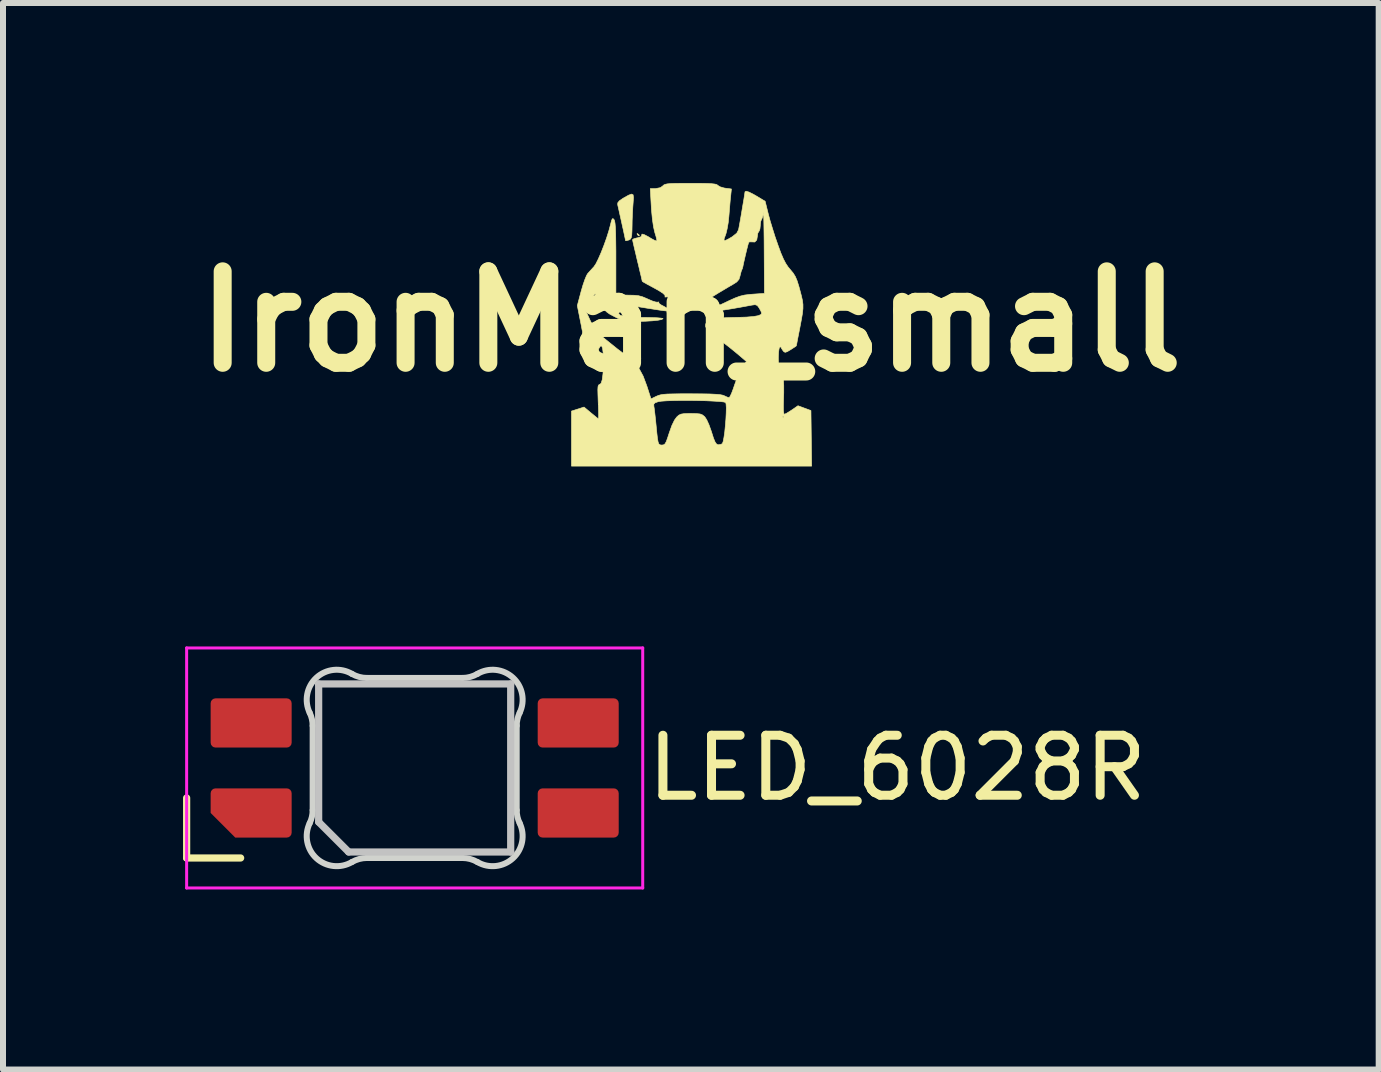
<source format=kicad_pcb>
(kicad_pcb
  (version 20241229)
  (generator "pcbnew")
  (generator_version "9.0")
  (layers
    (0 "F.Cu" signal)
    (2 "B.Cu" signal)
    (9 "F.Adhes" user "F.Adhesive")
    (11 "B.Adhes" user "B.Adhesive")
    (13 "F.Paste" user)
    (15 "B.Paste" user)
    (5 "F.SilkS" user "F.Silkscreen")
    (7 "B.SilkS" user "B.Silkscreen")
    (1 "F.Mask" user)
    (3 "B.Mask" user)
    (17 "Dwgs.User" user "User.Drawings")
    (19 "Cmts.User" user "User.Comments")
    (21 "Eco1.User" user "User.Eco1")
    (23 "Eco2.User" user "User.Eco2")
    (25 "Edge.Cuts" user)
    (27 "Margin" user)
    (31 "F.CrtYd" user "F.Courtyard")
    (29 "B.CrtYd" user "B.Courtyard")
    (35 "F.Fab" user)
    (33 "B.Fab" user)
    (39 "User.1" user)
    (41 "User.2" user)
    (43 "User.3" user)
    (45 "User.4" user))
  (footprint "LED_6028R"
    (layer "F.Cu")
    (at 3.86 9.747)
    (property "Reference" "LED_6028R" (at 3.8 0 0) (layer "F.SilkS") (effects (font (size 1 1) (thickness 0.15)) (justify left)))
    (attr smd)
    (fp_line (start -3.8 0.5) (end -3.8 1.5) (stroke (width 0.12) (type solid)) (layer "F.SilkS"))
    (fp_line (start -3.8 1.5) (end -2.9 1.5) (stroke (width 0.12) (type solid)) (layer "F.SilkS"))
    (fp_line (start -1.6 -1.4) (end 1.6 -1.4) (stroke (width 0.12) (type solid)) (layer "Dwgs.User"))
    (fp_line (start -1.6 0.9) (end -1.6 -1.4) (stroke (width 0.12) (type solid)) (layer "Dwgs.User"))
    (fp_line (start -1.6 0.9) (end -1.1 1.4) (stroke (width 0.12) (type solid)) (layer "Dwgs.User"))
    (fp_line (start 1.6 -1.4) (end 1.6 1.4) (stroke (width 0.12) (type solid)) (layer "Dwgs.User"))
    (fp_line (start 1.6 1.4) (end -1.1 1.4) (stroke (width 0.12) (type solid)) (layer "Dwgs.User"))
    (fp_line (start -1.7 -0.703) (end -1.7 0.703) (stroke (width 0.1) (type solid)) (layer "Edge.Cuts"))
    (fp_line (start -0.794 1.5) (end 0.794 1.5) (stroke (width 0.1) (type solid)) (layer "Edge.Cuts"))
    (fp_line (start 0.794 -1.5) (end -0.794 -1.5) (stroke (width 0.1) (type solid)) (layer "Edge.Cuts"))
    (fp_line (start 1.7 0.703) (end 1.7 -0.703) (stroke (width 0.1) (type solid)) (layer "Edge.Cuts"))
    (fp_arc (start -1.749484 -0.919721) (mid -1.712527 -0.814069) (end -1.699999 -0.702844) (stroke (width 0.1) (type solid)) (layer "Edge.Cuts"))
    (fp_arc (start -1.749484 -0.919721) (mid -1.638071 -1.504035) (end -1.046711 -1.568299) (stroke (width 0.1) (type solid)) (layer "Edge.Cuts"))
    (fp_arc (start -1.699999 0.702841) (mid -1.712527 0.814067) (end -1.749484 0.919719) (stroke (width 0.1) (type solid)) (layer "Edge.Cuts"))
    (fp_arc (start -1.046711 1.568298) (mid -1.638072 1.504034) (end -1.749484 0.919718) (stroke (width 0.1) (type solid)) (layer "Edge.Cuts"))
    (fp_arc (start -1.046711 1.568298) (mid -0.925123 1.517376) (end -0.794452 1.499999) (stroke (width 0.1) (type solid)) (layer "Edge.Cuts"))
    (fp_arc (start -0.794453 -1.5) (mid -0.925123 -1.517377) (end -1.046711 -1.568299) (stroke (width 0.1) (type solid)) (layer "Edge.Cuts"))
    (fp_arc (start 0.794452 1.499999) (mid 0.925122 1.517376) (end 1.04671 1.568298) (stroke (width 0.1) (type solid)) (layer "Edge.Cuts"))
    (fp_arc (start 1.046711 -1.5683) (mid 0.925123 -1.517378) (end 0.794453 -1.500001) (stroke (width 0.1) (type solid)) (layer "Edge.Cuts"))
    (fp_arc (start 1.046711 -1.5683) (mid 1.638071 -1.504036) (end 1.749484 -0.919721) (stroke (width 0.1) (type solid)) (layer "Edge.Cuts"))
    (fp_arc (start 1.699999 -0.702843) (mid 1.712527 -0.814069) (end 1.749484 -0.919721) (stroke (width 0.1) (type solid)) (layer "Edge.Cuts"))
    (fp_arc (start 1.749484 0.919719) (mid 1.63807 1.504033) (end 1.046711 1.568296) (stroke (width 0.1) (type solid)) (layer "Edge.Cuts"))
    (fp_arc (start 1.749484 0.919719) (mid 1.712527 0.814067) (end 1.699999 0.702842) (stroke (width 0.1) (type solid)) (layer "Edge.Cuts"))
    (fp_line (start -3.8 -2) (end 3.8 -2) (stroke (width 0.05) (type solid)) (layer "F.CrtYd"))
    (fp_line (start -3.8 2) (end -3.8 -2) (stroke (width 0.05) (type solid)) (layer "F.CrtYd"))
    (fp_line (start 3.8 -2) (end 3.8 2) (stroke (width 0.05) (type solid)) (layer "F.CrtYd"))
    (fp_line (start 3.8 2) (end -3.8 2) (stroke (width 0.05) (type solid)) (layer "F.CrtYd"))
    (pad "1" smd roundrect (at 2.725 -0.75 90) (size 0.82 1.35) (layers "F.Cu" "F.Mask" "F.Paste") (roundrect_rratio 0.1))
    (pad "2" smd roundrect (at 2.725 0.75 90) (size 0.82 1.35) (layers "F.Cu" "F.Mask" "F.Paste") (roundrect_rratio 0.1))
    (pad "3" smd roundrect (at -2.725 -0.75 90) (size 0.82 1.35) (layers "F.Cu" "F.Mask" "F.Paste") (roundrect_rratio 0.1))
    (pad "4" smd roundrect (at -2.725 0.75 90) (size 0.82 1.35) (layers "F.Cu" "F.Mask" "F.Paste") (roundrect_rratio 0.1) (chamfer_ratio 0.5) (chamfer top_left)))
  (footprint "IronMan_small"
    (layer "F.Cu")
    (at 8.462 2.306)
    (property "Reference" "IronMan_small" (at 0 0 0) (layer "F.SilkS") (effects (font (size 1.524 1.524) (thickness 0.3))))
    (attr through_hole)
    (fp_poly (pts (xy -0.883 -1.459) (xy -0.858 -1.437) (xy -0.863 -1.425) (xy -0.866 -1.425) (xy -0.886 -1.44) (xy -0.893 -1.45) (xy -0.896 -1.465) (xy -0.883 -1.459)) (stroke (width 0.01) (type solid)) (fill yes) (layer "F.SilkS"))
    (fp_poly (pts (xy -0.962 -2.11) (xy -0.956 -2.063) (xy -0.961 -1.989) (xy -0.967 -1.907) (xy -0.973 -1.798) (xy -0.978 -1.68) (xy -0.979 -1.613) (xy -0.981 -1.508) (xy -0.985 -1.438) (xy -0.993 -1.396) (xy -1.006 -1.373) (xy -1.025 -1.36) (xy -1.035 -1.356) (xy -1.075 -1.345) (xy -1.087 -1.345) (xy -1.092 -1.368) (xy -1.104 -1.424) (xy -1.121 -1.504) (xy -1.142 -1.598) (xy -1.164 -1.698) (xy -1.185 -1.792) (xy -1.203 -1.873) (xy -1.216 -1.93) (xy -1.219 -1.944) (xy -1.218 -1.976) (xy -1.192 -2.009) (xy -1.134 -2.049) (xy -1.119 -2.058) (xy -1.037 -2.104) (xy -0.987 -2.122) (xy -0.962 -2.11)) (stroke (width 0.01) (type solid)) (fill yes) (layer "F.SilkS"))
    (fp_poly (pts (xy 0.151 -2.301) (xy 0.265 -2.299) (xy 0.345 -2.295) (xy 0.399 -2.289) (xy 0.431 -2.281) (xy 0.448 -2.269) (xy 0.449 -2.267) (xy 0.488 -2.243) (xy 0.552 -2.224) (xy 0.576 -2.22) (xy 0.676 -2.207) (xy 0.663 -2.084) (xy 0.655 -2.005) (xy 0.646 -1.9) (xy 0.637 -1.789) (xy 0.634 -1.753) (xy 0.623 -1.647) (xy 0.605 -1.544) (xy 0.585 -1.461) (xy 0.577 -1.439) (xy 0.555 -1.38) (xy 0.553 -1.35) (xy 0.574 -1.348) (xy 0.625 -1.373) (xy 0.69 -1.411) (xy 0.765 -1.471) (xy 0.795 -1.528) (xy 0.803 -1.569) (xy 0.816 -1.64) (xy 0.832 -1.731) (xy 0.849 -1.832) (xy 0.866 -1.934) (xy 0.882 -2.027) (xy 0.894 -2.102) (xy 0.901 -2.149) (xy 0.902 -2.159) (xy 0.92 -2.17) (xy 0.97 -2.155) (xy 1.052 -2.113) (xy 1.099 -2.086) (xy 1.238 -2.002) (xy 1.292 -1.784) (xy 1.321 -1.677) (xy 1.361 -1.546) (xy 1.405 -1.406) (xy 1.451 -1.274) (xy 1.452 -1.271) (xy 1.5 -1.14) (xy 1.542 -1.042) (xy 1.581 -0.967) (xy 1.621 -0.907) (xy 1.656 -0.865) (xy 1.705 -0.806) (xy 1.741 -0.748) (xy 1.771 -0.677) (xy 1.801 -0.581) (xy 1.814 -0.533) (xy 1.841 -0.431) (xy 1.859 -0.352) (xy 1.868 -0.283) (xy 1.868 -0.215) (xy 1.86 -0.136) (xy 1.843 -0.036) (xy 1.818 0.096) (xy 1.816 0.107) (xy 1.795 0.215) (xy 1.777 0.305) (xy 1.765 0.371) (xy 1.758 0.404) (xy 1.758 0.406) (xy 1.741 0.42) (xy 1.696 0.449) (xy 1.664 0.47) (xy 1.606 0.504) (xy 1.573 0.515) (xy 1.552 0.506) (xy 1.537 0.489) (xy 1.511 0.45) (xy 1.504 0.432) (xy 1.489 0.424) (xy 1.481 0.427) (xy 1.47 0.454) (xy 1.462 0.513) (xy 1.458 0.594) (xy 1.458 0.62) (xy 1.461 0.741) (xy 1.468 0.826) (xy 1.481 0.875) (xy 1.497 0.883) (xy 1.505 0.875) (xy 1.521 0.869) (xy 1.534 0.902) (xy 1.543 0.969) (xy 1.548 1.067) (xy 1.548 1.189) (xy 1.545 1.282) (xy 1.542 1.407) (xy 1.543 1.491) (xy 1.55 1.537) (xy 1.559 1.547) (xy 1.591 1.533) (xy 1.645 1.5) (xy 1.685 1.474) (xy 1.785 1.405) (xy 2.001 1.485) (xy 2.007 1.948) (xy 2.013 2.411) (xy -1.989 2.411) (xy -1.989 1.494) (xy -1.885 1.461) (xy -1.78 1.427) (xy -1.664 1.524) (xy -1.604 1.573) (xy -1.56 1.609) (xy -1.539 1.622) (xy -1.537 1.601) (xy -1.537 1.545) (xy -1.539 1.461) (xy -1.542 1.379) (xy -0.618 1.379) (xy -0.616 1.417) (xy -0.615 1.42) (xy -0.608 1.465) (xy -0.599 1.542) (xy -0.588 1.641) (xy -0.578 1.742) (xy -0.566 1.866) (xy -0.556 1.952) (xy -0.546 2.008) (xy -0.534 2.041) (xy -0.518 2.055) (xy -0.495 2.06) (xy -0.479 2.06) (xy -0.452 2.056) (xy -0.43 2.039) (xy -0.409 2.001) (xy -0.385 1.934) (xy -0.36 1.857) (xy -0.317 1.736) (xy -0.273 1.645) (xy -0.236 1.594) (xy -0.202 1.563) (xy -0.165 1.545) (xy -0.114 1.537) (xy -0.034 1.534) (xy 0.000295 1.534) (xy 0.093 1.536) (xy 0.153 1.542) (xy 0.192 1.557) (xy 0.225 1.583) (xy 0.231 1.588) (xy 0.264 1.638) (xy 0.301 1.719) (xy 0.338 1.822) (xy 0.346 1.846) (xy 0.377 1.944) (xy 0.403 2.007) (xy 0.426 2.041) (xy 0.45 2.055) (xy 0.454 2.056) (xy 0.504 2.048) (xy 0.526 2.034) (xy 0.539 1.999) (xy 0.552 1.931) (xy 0.565 1.841) (xy 0.575 1.737) (xy 0.584 1.629) (xy 0.586 1.589) (xy 1.527 1.589) (xy 1.538 1.6) (xy 1.55 1.589) (xy 1.538 1.578) (xy 1.527 1.589) (xy 0.586 1.589) (xy 0.589 1.526) (xy 0.591 1.439) (xy 0.587 1.378) (xy 0.58 1.351) (xy 0.548 1.342) (xy 0.477 1.334) (xy 0.377 1.328) (xy 0.254 1.322) (xy 0.118 1.319) (xy -0.024 1.317) (xy -0.164 1.317) (xy -0.294 1.319) (xy -0.405 1.323) (xy -0.49 1.329) (xy -0.539 1.336) (xy -0.596 1.356) (xy -0.618 1.379) (xy -1.542 1.379) (xy -1.543 1.358) (xy -1.544 1.337) (xy -1.548 1.219) (xy -1.55 1.138) (xy -1.547 1.088) (xy -1.539 1.062) (xy -1.527 1.052) (xy -1.522 1.052) (xy -1.496 1.032) (xy -1.477 0.973) (xy -1.464 0.872) (xy -1.458 0.729) (xy -1.458 0.649) (xy -1.461 0.528) (xy -1.471 0.447) (xy -1.487 0.408) (xy -1.508 0.412) (xy -1.529 0.445) (xy -1.549 0.481) (xy -1.569 0.499) (xy -1.6 0.496) (xy -1.649 0.472) (xy -1.724 0.424) (xy -1.754 0.404) (xy -1.76 0.382) (xy -1.773 0.324) (xy -1.792 0.238) (xy -1.814 0.132) (xy -1.826 0.068) (xy -1.892 -0.263) (xy -1.827 -0.506) (xy -1.797 -0.608) (xy -1.766 -0.698) (xy -1.738 -0.765) (xy -1.72 -0.796) (xy -1.676 -0.845) (xy -1.624 -0.902) (xy -1.617 -0.909) (xy -1.583 -0.959) (xy -1.542 -1.041) (xy -1.495 -1.148) (xy -1.448 -1.268) (xy -1.403 -1.394) (xy -1.365 -1.515) (xy -1.34 -1.608) (xy -1.323 -1.677) (xy -1.309 -1.71) (xy -1.295 -1.712) (xy -1.28 -1.697) (xy -1.27 -1.674) (xy -1.263 -1.631) (xy -1.257 -1.563) (xy -1.253 -1.467) (xy -1.251 -1.338) (xy -1.249 -1.172) (xy -1.249 -1.048) (xy -1.249 -0.438) (xy -1.052 -0.438) (xy -0.947 -0.436) (xy -0.87 -0.428) (xy -0.804 -0.41) (xy -0.73 -0.379) (xy -0.716 -0.372) (xy -0.641 -0.34) (xy -0.581 -0.322) (xy -0.548 -0.321) (xy -0.533 -0.325) (xy -0.537 -0.318) (xy -0.529 -0.299) (xy -0.489 -0.271) (xy -0.462 -0.258) (xy -0.398 -0.222) (xy -0.372 -0.195) (xy -0.386 -0.178) (xy -0.415 -0.175) (xy -0.453 -0.179) (xy -0.526 -0.189) (xy -0.622 -0.204) (xy -0.731 -0.221) (xy -0.841 -0.239) (xy -0.941 -0.256) (xy -1.021 -0.271) (xy -1.046 -0.276) (xy -1.091 -0.279) (xy -1.125 -0.258) (xy -1.155 -0.216) (xy -1.186 -0.166) (xy -1.202 -0.133) (xy -1.203 -0.13) (xy -1.18 -0.104) (xy -1.113 -0.085) (xy -1.002 -0.072) (xy -0.849 -0.066) (xy -0.774 -0.066) (xy -0.66 -0.064) (xy -0.565 -0.061) (xy -0.497 -0.055) (xy -0.464 -0.049) (xy -0.463 -0.047) (xy -0.485 -0.032) (xy -0.546 -0.02) (xy -0.64 -0.01) (xy -0.759 -0.003) (xy -0.897 -0.000222) (xy -0.91 -0.000191) (xy -1.013 -0.001) (xy -1.087 -0.008) (xy -1.149 -0.024) (xy -1.217 -0.052) (xy -1.271 -0.079) (xy -1.354 -0.123) (xy -1.408 -0.162) (xy -1.449 -0.209) (xy -1.49 -0.279) (xy -1.506 -0.309) (xy -1.545 -0.381) (xy -1.576 -0.434) (xy -1.595 -0.459) (xy -1.597 -0.46) (xy -1.613 -0.442) (xy -1.642 -0.394) (xy -1.679 -0.327) (xy -1.682 -0.322) (xy -1.754 -0.183) (xy -1.674 -0.009) (xy -1.61 0.112) (xy -1.546 0.196) (xy -1.509 0.23) (xy -1.444 0.281) (xy -1.365 0.345) (xy -1.304 0.394) (xy -1.217 0.464) (xy -1.119 0.537) (xy -1.059 0.58) (xy -0.954 0.668) (xy -0.868 0.776) (xy -0.795 0.911) (xy -0.731 1.082) (xy -0.729 1.089) (xy -0.664 1.291) (xy -0.576 1.248) (xy -0.542 1.234) (xy -0.504 1.223) (xy -0.455 1.215) (xy -0.388 1.21) (xy -0.296 1.208) (xy -0.172 1.206) (xy -0.009 1.206) (xy 0.005 1.206) (xy 0.18 1.207) (xy 0.315 1.209) (xy 0.414 1.214) (xy 0.485 1.22) (xy 0.531 1.229) (xy 0.555 1.238) (xy 0.605 1.261) (xy 0.637 1.27) (xy 0.653 1.251) (xy 0.678 1.199) (xy 0.707 1.122) (xy 0.726 1.065) (xy 0.763 0.963) (xy 0.804 0.865) (xy 0.844 0.787) (xy 0.859 0.764) (xy 0.926 0.668) (xy 0.825 0.581) (xy 0.739 0.509) (xy 0.643 0.431) (xy 0.546 0.356) (xy 0.456 0.288) (xy 0.383 0.234) (xy 0.333 0.202) (xy 0.328 0.199) (xy 0.272 0.15) (xy 0.246 0.082) (xy 0.249 0.039) (xy 0.275 0.009) (xy 0.336 0.000002) (xy 0.337 0) (xy 0.396 -0.009) (xy 0.432 -0.03) (xy 0.433 -0.031) (xy 0.451 -0.045) (xy 0.492 -0.054) (xy 0.563 -0.061) (xy 0.669 -0.065) (xy 0.763 -0.067) (xy 0.926 -0.072) (xy 1.045 -0.082) (xy 1.125 -0.096) (xy 1.169 -0.116) (xy 1.18 -0.137) (xy 1.169 -0.168) (xy 1.142 -0.217) (xy 1.139 -0.223) (xy 1.107 -0.266) (xy 1.07 -0.279) (xy 1.018 -0.272) (xy 0.823 -0.236) (xy 0.668 -0.209) (xy 0.55 -0.19) (xy 0.465 -0.181) (xy 0.407 -0.179) (xy 0.373 -0.186) (xy 0.359 -0.201) (xy 0.36 -0.224) (xy 0.364 -0.238) (xy 0.37 -0.26) (xy 0.353 -0.253) (xy 0.332 -0.236) (xy 0.306 -0.22) (xy 0.268 -0.209) (xy 0.21 -0.202) (xy 0.123 -0.198) (xy -0.001 -0.197) (xy -0.019 -0.197) (xy -0.144 -0.198) (xy -0.229 -0.2) (xy -0.283 -0.205) (xy -0.312 -0.213) (xy -0.324 -0.225) (xy -0.326 -0.236) (xy -0.337 -0.328) (xy -0.36 -0.387) (xy -0.366 -0.392) (xy 0.326 -0.392) (xy 0.364 -0.317) (xy 0.39 -0.268) (xy 0.407 -0.242) (xy 0.41 -0.241) (xy 0.432 -0.25) (xy 0.487 -0.275) (xy 0.565 -0.311) (xy 0.627 -0.341) (xy 0.733 -0.389) (xy 0.816 -0.42) (xy 0.893 -0.439) (xy 0.982 -0.45) (xy 1.031 -0.454) (xy 1.226 -0.467) (xy 1.222 -1.181) (xy 1.221 -1.348) (xy 1.219 -1.497) (xy 1.217 -1.621) (xy 1.215 -1.719) (xy 1.213 -1.784) (xy 1.211 -1.812) (xy 1.209 -1.808) (xy 1.198 -1.747) (xy 1.182 -1.705) (xy 1.178 -1.7) (xy 1.164 -1.665) (xy 1.157 -1.608) (xy 1.157 -1.597) (xy 1.151 -1.54) (xy 1.137 -1.504) (xy 1.134 -1.501) (xy 1.116 -1.471) (xy 1.11 -1.429) (xy 1.098 -1.357) (xy 1.065 -1.323) (xy 1.021 -1.325) (xy 0.976 -1.326) (xy 0.962 -1.311) (xy 0.949 -1.266) (xy 0.931 -1.195) (xy 0.911 -1.112) (xy 0.892 -1.03) (xy 0.877 -0.963) (xy 0.869 -0.923) (xy 0.869 -0.92) (xy 0.857 -0.876) (xy 0.851 -0.865) (xy 0.838 -0.831) (xy 0.823 -0.773) (xy 0.82 -0.759) (xy 0.802 -0.701) (xy 0.765 -0.658) (xy 0.701 -0.617) (xy 0.625 -0.573) (xy 0.533 -0.518) (xy 0.462 -0.476) (xy 0.326 -0.392) (xy -0.366 -0.392) (xy -0.392 -0.41) (xy -0.406 -0.408) (xy -0.431 -0.406) (xy -0.43 -0.414) (xy -0.432 -0.437) (xy -0.465 -0.469) (xy -0.534 -0.514) (xy -0.641 -0.573) (xy -0.654 -0.58) (xy -0.727 -0.619) (xy -0.782 -0.65) (xy -0.809 -0.668) (xy -0.81 -0.669) (xy -0.815 -0.692) (xy -0.828 -0.75) (xy -0.849 -0.836) (xy -0.874 -0.943) (xy -0.891 -1.011) (xy -0.918 -1.127) (xy -0.942 -1.227) (xy -0.96 -1.305) (xy -0.97 -1.352) (xy -0.972 -1.362) (xy -0.951 -1.377) (xy -0.902 -1.391) (xy -0.889 -1.393) (xy -0.831 -1.411) (xy -0.818 -1.436) (xy -0.819 -1.437) (xy -0.815 -1.456) (xy -0.776 -1.446) (xy -0.705 -1.409) (xy -0.665 -1.384) (xy -0.61 -1.354) (xy -0.574 -1.34) (xy -0.567 -1.34) (xy -0.568 -1.364) (xy -0.581 -1.418) (xy -0.6 -1.48) (xy -0.622 -1.575) (xy -0.641 -1.704) (xy -0.656 -1.86) (xy -0.659 -1.912) (xy -0.676 -2.213) (xy -0.592 -2.213) (xy -0.508 -2.229) (xy -0.469 -2.257) (xy -0.452 -2.273) (xy -0.429 -2.284) (xy -0.393 -2.292) (xy -0.338 -2.297) (xy -0.255 -2.3) (xy -0.14 -2.301) (xy -0.003 -2.301) (xy 0.151 -2.301)) (stroke (width 0.01) (type solid)) (fill yes) (layer "F.SilkS")))
  (gr_rect
    (start -3 -3)
    (end 19.924 14.772)
    (stroke (width 0.1) (type default))
    (fill no)
    (layer "Edge.Cuts")))
</source>
